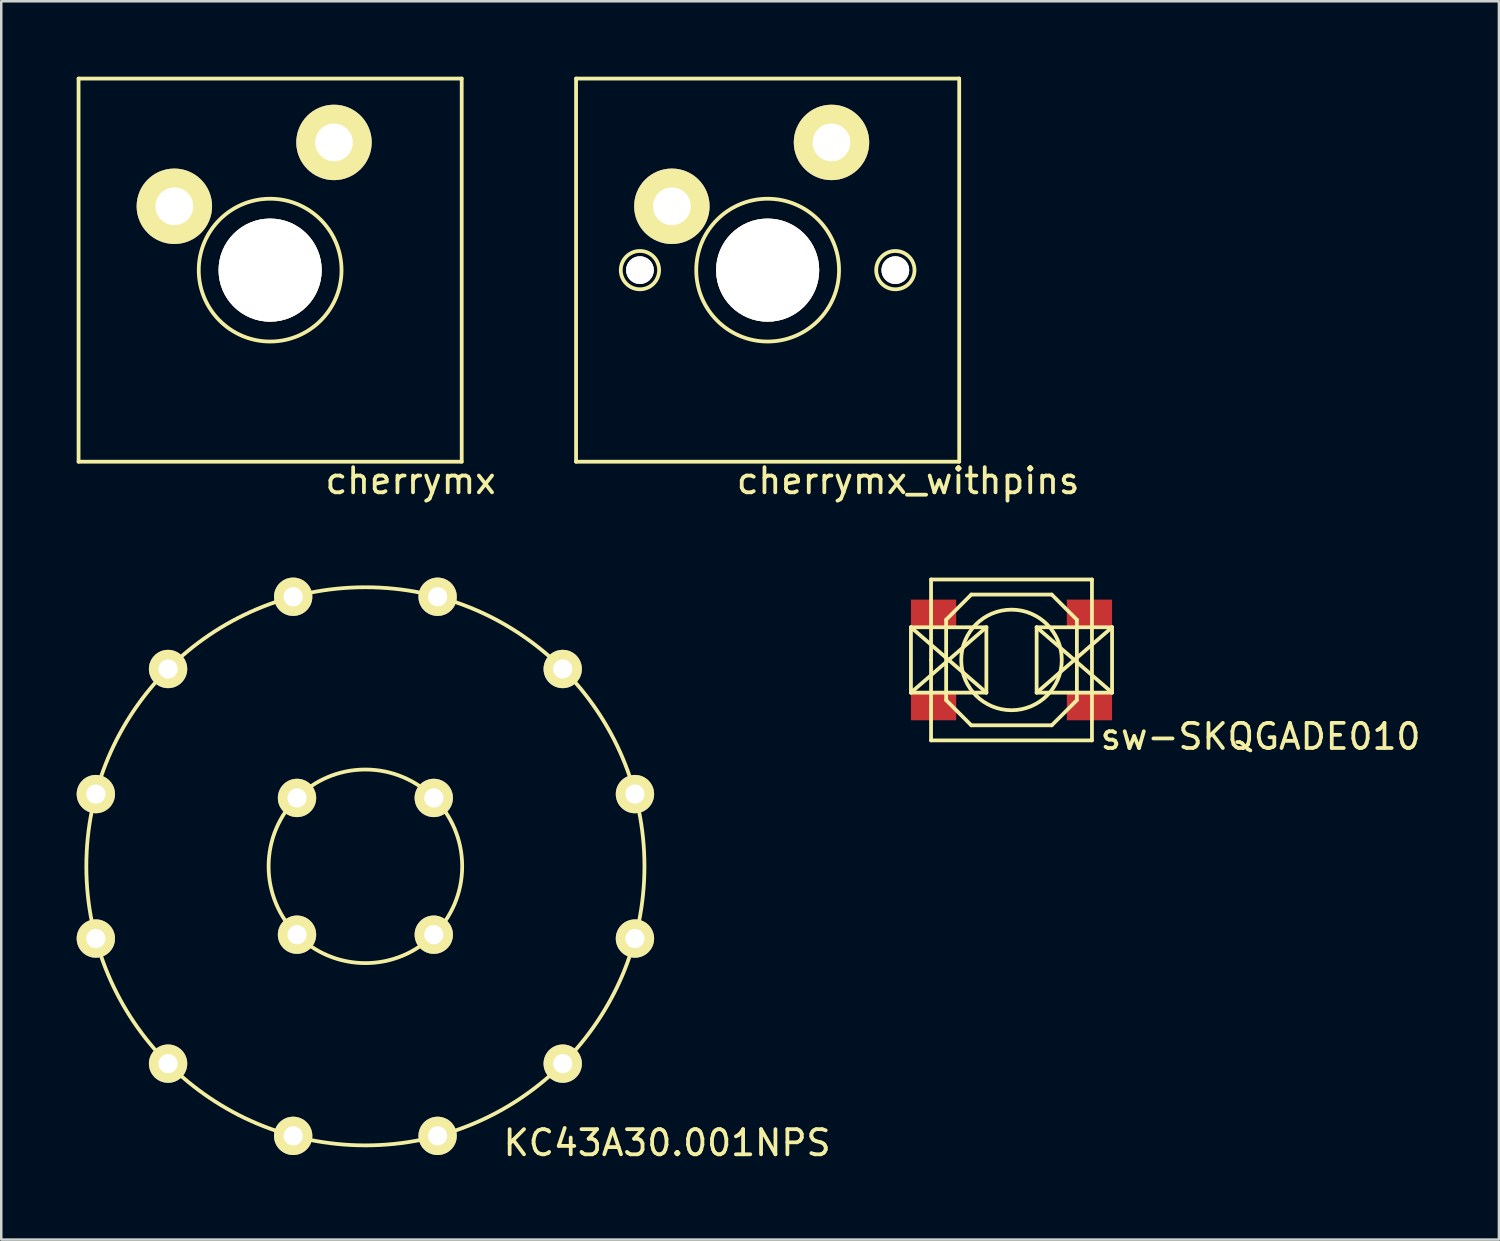
<source format=kicad_pcb>
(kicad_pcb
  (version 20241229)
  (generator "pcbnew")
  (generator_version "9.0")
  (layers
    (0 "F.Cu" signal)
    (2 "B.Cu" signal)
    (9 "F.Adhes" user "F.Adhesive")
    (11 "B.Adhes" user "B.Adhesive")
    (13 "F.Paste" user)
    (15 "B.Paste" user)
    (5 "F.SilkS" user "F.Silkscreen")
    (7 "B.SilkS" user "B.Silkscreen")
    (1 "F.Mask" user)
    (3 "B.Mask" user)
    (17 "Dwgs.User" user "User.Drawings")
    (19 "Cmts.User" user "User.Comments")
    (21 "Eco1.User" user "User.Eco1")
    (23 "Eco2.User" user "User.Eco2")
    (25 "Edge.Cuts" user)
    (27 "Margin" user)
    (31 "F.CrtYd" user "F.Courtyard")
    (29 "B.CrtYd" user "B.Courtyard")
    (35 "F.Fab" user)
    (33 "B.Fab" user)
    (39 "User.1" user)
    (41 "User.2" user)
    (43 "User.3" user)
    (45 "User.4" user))
  (footprint "cherrymx"
    (layer "F.Cu")
    (at 7.695 7.695)
    (property "Reference" "cherrymx" (at 5.588 8.382 0) (layer "F.SilkS") (effects (font (size 1 1) (thickness 0.15))))
    (attr through_hole)
    (fp_line (start -7.62 -7.62) (end 7.62 -7.62) (stroke (width 0.15) (type solid)) (layer "F.SilkS"))
    (fp_line (start -7.62 7.62) (end -7.62 -7.62) (stroke (width 0.15) (type solid)) (layer "F.SilkS"))
    (fp_line (start 7.62 -7.62) (end 7.62 7.62) (stroke (width 0.15) (type solid)) (layer "F.SilkS"))
    (fp_line (start 7.62 7.62) (end -7.62 7.62) (stroke (width 0.15) (type solid)) (layer "F.SilkS"))
    (fp_circle (center 0 0) (end 1.27 2.54) (stroke (width 0.15) (type solid)) (fill no) (layer "F.SilkS"))
    (pad "" np_thru_hole circle (at 0 0) (size 4.1 4.1) (drill 4.1) (layers "*.Cu" "*.SilkS" "*.Mask"))
    (pad "1" thru_hole circle (at -3.81 -2.54) (size 3 3) (drill 1.5) (layers "*.Cu" "*.Mask" "F.SilkS"))
    (pad "2" thru_hole circle (at 2.54 -5.08) (size 3 3) (drill 1.5) (layers "*.Cu" "*.Mask" "F.SilkS")))
  (footprint "KC43A30.001NPS"
    (layer "F.Cu")
    (at 11.484 31.409)
    (property "Reference" "KC43A30.001NPS" (at 12 11 0) (layer "F.SilkS") (effects (font (size 1 1) (thickness 0.15))))
    (attr through_hole)
    (fp_circle (center 0 0) (end 3.85 0) (stroke (width 0.15) (type solid)) (fill no) (layer "F.SilkS"))
    (fp_circle (center 0 0) (end 11.1 0) (stroke (width 0.15) (type solid)) (fill no) (layer "F.SilkS"))
    (pad "1" thru_hole circle (at -2.873 10.722 15) (size 1.524 1.524) (drill 0.762) (layers "*.Cu" "*.Mask" "F.SilkS"))
    (pad "2" thru_hole circle (at -7.849 7.849 345) (size 1.524 1.524) (drill 0.762) (layers "*.Cu" "*.Mask" "F.SilkS"))
    (pad "3" thru_hole circle (at -10.722 2.873 315) (size 1.524 1.524) (drill 0.762) (layers "*.Cu" "*.Mask" "F.SilkS"))
    (pad "4" thru_hole circle (at -10.722 -2.873 285) (size 1.524 1.524) (drill 0.762) (layers "*.Cu" "*.Mask" "F.SilkS"))
    (pad "5" thru_hole circle (at -7.849 -7.849 255) (size 1.524 1.524) (drill 0.762) (layers "*.Cu" "*.Mask" "F.SilkS"))
    (pad "6" thru_hole circle (at -2.873 -10.722 225) (size 1.524 1.524) (drill 0.762) (layers "*.Cu" "*.Mask" "F.SilkS"))
    (pad "7" thru_hole circle (at 2.873 -10.722 195) (size 1.524 1.524) (drill 0.762) (layers "*.Cu" "*.Mask" "F.SilkS"))
    (pad "8" thru_hole circle (at 7.849 -7.849 165) (size 1.524 1.524) (drill 0.762) (layers "*.Cu" "*.Mask" "F.SilkS"))
    (pad "9" thru_hole circle (at 10.722 -2.873 135) (size 1.524 1.524) (drill 0.762) (layers "*.Cu" "*.Mask" "F.SilkS"))
    (pad "10" thru_hole circle (at 10.722 2.873 105) (size 1.524 1.524) (drill 0.762) (layers "*.Cu" "*.Mask" "F.SilkS"))
    (pad "11" thru_hole circle (at 7.849 7.849 75) (size 1.524 1.524) (drill 0.762) (layers "*.Cu" "*.Mask" "F.SilkS"))
    (pad "12" thru_hole circle (at 2.873 10.722 45) (size 1.524 1.524) (drill 0.762) (layers "*.Cu" "*.Mask" "F.SilkS"))
    (pad "A" thru_hole circle (at -2.72 2.72) (size 1.524 1.524) (drill 0.762) (layers "*.Cu" "*.Mask" "F.SilkS"))
    (pad "B" thru_hole circle (at -2.72 -2.72) (size 1.524 1.524) (drill 0.762) (layers "*.Cu" "*.Mask" "F.SilkS"))
    (pad "C" thru_hole circle (at 2.72 -2.72) (size 1.524 1.524) (drill 0.762) (layers "*.Cu" "*.Mask" "F.SilkS"))
    (pad "D" thru_hole circle (at 2.72 2.72) (size 1.524 1.524) (drill 0.762) (layers "*.Cu" "*.Mask" "F.SilkS")))
  (footprint "sw-SKQGADE010"
    (layer "F.Cu")
    (at 37.184 23.2)
    (property "Reference" "sw-SKQGADE010" (at 9.906 3.048 0) (layer "F.SilkS") (effects (font (size 1 1) (thickness 0.15))))
    (attr through_hole)
    (fp_line (start -4 -1.3) (end -1 -1.3) (stroke (width 0.15) (type solid)) (layer "F.SilkS"))
    (fp_line (start -4 -1.3) (end -1 1.3) (stroke (width 0.15) (type solid)) (layer "F.SilkS"))
    (fp_line (start -4 1.3) (end -4 -1.3) (stroke (width 0.15) (type solid)) (layer "F.SilkS"))
    (fp_line (start -3.2 -3.2) (end 3.2 -3.2) (stroke (width 0.15) (type solid)) (layer "F.SilkS"))
    (fp_line (start -3.2 0) (end -3.2 -3.2) (stroke (width 0.15) (type solid)) (layer "F.SilkS"))
    (fp_line (start -3.2 3.2) (end -3.2 0) (stroke (width 0.15) (type solid)) (layer "F.SilkS"))
    (fp_line (start -2.6 -1.6) (end -2.6 1.6) (stroke (width 0.15) (type solid)) (layer "F.SilkS"))
    (fp_line (start -1.6 -2.6) (end -2.6 -1.6) (stroke (width 0.15) (type solid)) (layer "F.SilkS"))
    (fp_line (start -1.6 2.6) (end -2.6 1.6) (stroke (width 0.15) (type solid)) (layer "F.SilkS"))
    (fp_line (start -1.6 2.6) (end 1.6 2.6) (stroke (width 0.15) (type solid)) (layer "F.SilkS"))
    (fp_line (start -1 -1.3) (end -4 1.3) (stroke (width 0.15) (type solid)) (layer "F.SilkS"))
    (fp_line (start -1 -1.3) (end -1 1.3) (stroke (width 0.15) (type solid)) (layer "F.SilkS"))
    (fp_line (start -1 1.3) (end -4 1.3) (stroke (width 0.15) (type solid)) (layer "F.SilkS"))
    (fp_line (start 1 -1.3) (end 4 -1.3) (stroke (width 0.15) (type solid)) (layer "F.SilkS"))
    (fp_line (start 1 -1.3) (end 4 1.3) (stroke (width 0.15) (type solid)) (layer "F.SilkS"))
    (fp_line (start 1 1.3) (end 1 -1.3) (stroke (width 0.15) (type solid)) (layer "F.SilkS"))
    (fp_line (start 1.6 -2.6) (end -1.6 -2.6) (stroke (width 0.15) (type solid)) (layer "F.SilkS"))
    (fp_line (start 2.6 -1.6) (end 1.6 -2.6) (stroke (width 0.15) (type solid)) (layer "F.SilkS"))
    (fp_line (start 2.6 1.6) (end 1.6 2.6) (stroke (width 0.15) (type solid)) (layer "F.SilkS"))
    (fp_line (start 2.6 1.6) (end 2.6 -1.6) (stroke (width 0.15) (type solid)) (layer "F.SilkS"))
    (fp_line (start 3.2 -3.2) (end 3.2 3.2) (stroke (width 0.15) (type solid)) (layer "F.SilkS"))
    (fp_line (start 3.2 3.2) (end -3.2 3.2) (stroke (width 0.15) (type solid)) (layer "F.SilkS"))
    (fp_line (start 4 -1.3) (end 1 1.3) (stroke (width 0.15) (type solid)) (layer "F.SilkS"))
    (fp_line (start 4 -1.3) (end 4 1.3) (stroke (width 0.15) (type solid)) (layer "F.SilkS"))
    (fp_line (start 4 1.3) (end 1 1.3) (stroke (width 0.15) (type solid)) (layer "F.SilkS"))
    (fp_circle (center 0 0) (end 2 0) (stroke (width 0.15) (type solid)) (fill no) (layer "F.SilkS"))
    (pad "1" smd rect (at -3.1 -1.85) (size 1.8 1.1) (layers "F.Cu" "F.Mask" "F.Paste"))
    (pad "1" smd rect (at 3.1 -1.85) (size 1.8 1.1) (layers "F.Cu" "F.Mask" "F.Paste"))
    (pad "2" smd rect (at -3.1 1.85) (size 1.8 1.1) (layers "F.Cu" "F.Mask" "F.Paste"))
    (pad "2" smd rect (at 3.1 1.85) (size 1.8 1.1) (layers "F.Cu" "F.Mask" "F.Paste")))
  (footprint "cherrymx_withpins"
    (layer "F.Cu")
    (at 27.484 7.695)
    (property "Reference" "cherrymx_withpins" (at 5.588 8.382 0) (layer "F.SilkS") (effects (font (size 1 1) (thickness 0.15))))
    (attr through_hole)
    (fp_line (start -7.62 -7.62) (end 7.62 -7.62) (stroke (width 0.15) (type solid)) (layer "F.SilkS"))
    (fp_line (start -7.62 7.62) (end -7.62 -7.62) (stroke (width 0.15) (type solid)) (layer "F.SilkS"))
    (fp_line (start 7.62 -7.62) (end 7.62 7.62) (stroke (width 0.15) (type solid)) (layer "F.SilkS"))
    (fp_line (start 7.62 7.62) (end -7.62 7.62) (stroke (width 0.15) (type solid)) (layer "F.SilkS"))
    (fp_circle (center -5.08 0) (end -4.318 0) (stroke (width 0.15) (type solid)) (fill no) (layer "F.SilkS"))
    (fp_circle (center 0 0) (end 1.27 2.54) (stroke (width 0.15) (type solid)) (fill no) (layer "F.SilkS"))
    (fp_circle (center 5.08 0) (end 5.842 0) (stroke (width 0.15) (type solid)) (fill no) (layer "F.SilkS"))
    (pad "" np_thru_hole circle (at -5.08 0) (size 1.1 1.1) (drill 1.1) (layers "*.Cu" "*.SilkS" "*.Mask"))
    (pad "" np_thru_hole circle (at 0 0) (size 4.1 4.1) (drill 4.1) (layers "*.Cu" "*.SilkS" "*.Mask"))
    (pad "" np_thru_hole circle (at 5.08 0) (size 1.1 1.1) (drill 1.1) (layers "*.Cu" "*.SilkS" "*.Mask"))
    (pad "1" thru_hole circle (at -3.81 -2.54) (size 3 3) (drill 1.5) (layers "*.Cu" "*.Mask" "F.SilkS"))
    (pad "2" thru_hole circle (at 2.54 -5.08) (size 3 3) (drill 1.5) (layers "*.Cu" "*.Mask" "F.SilkS")))
  (gr_rect
    (start -3 -3)
    (end 56.572 46.257)
    (stroke (width 0.1) (type default))
    (fill no)
    (layer "Edge.Cuts")))
</source>
